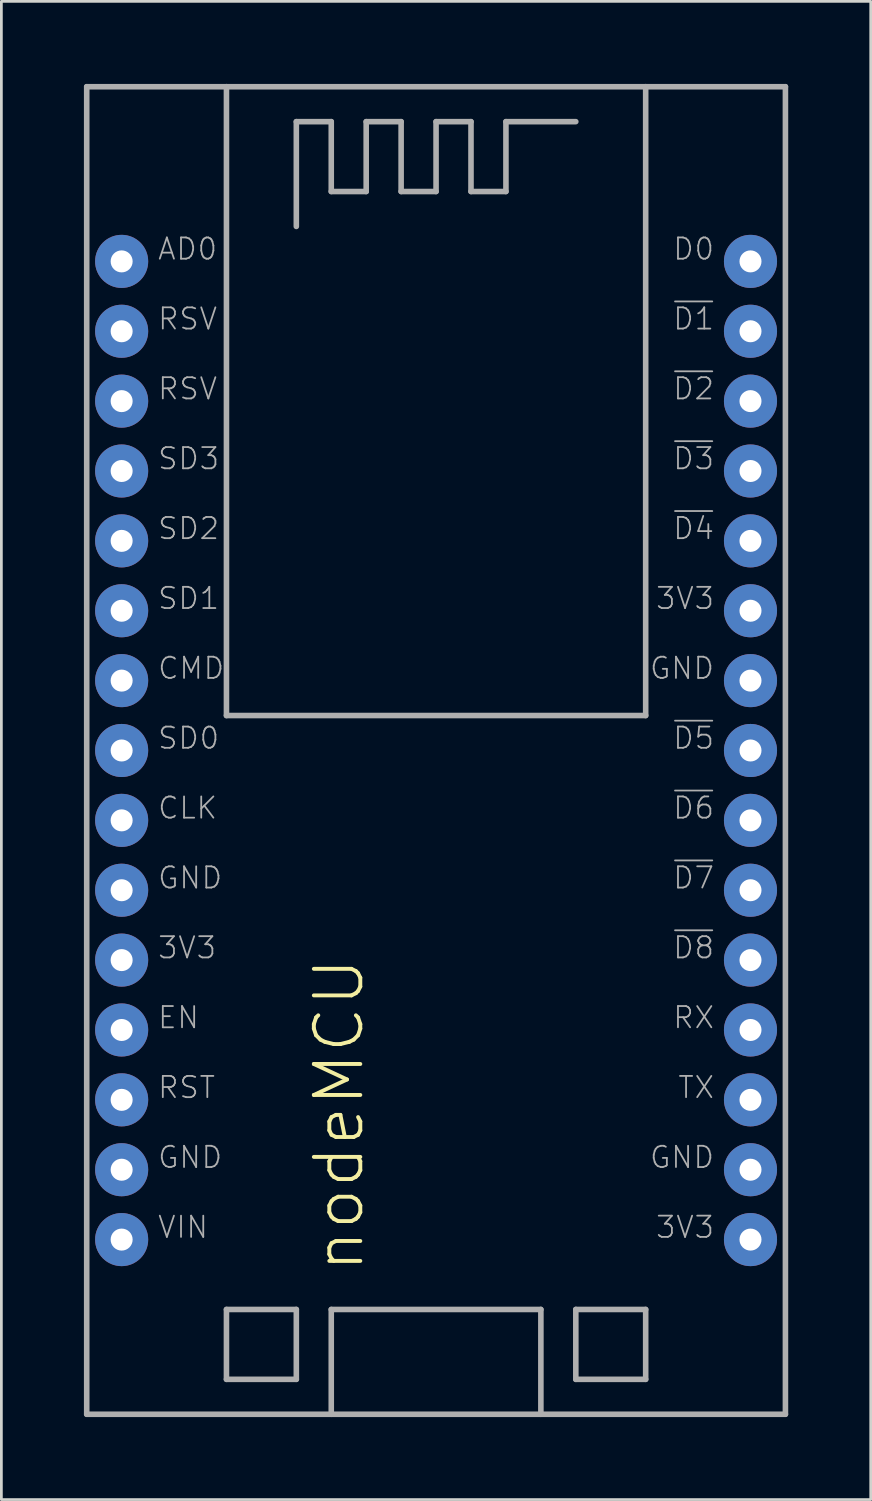
<source format=kicad_pcb>
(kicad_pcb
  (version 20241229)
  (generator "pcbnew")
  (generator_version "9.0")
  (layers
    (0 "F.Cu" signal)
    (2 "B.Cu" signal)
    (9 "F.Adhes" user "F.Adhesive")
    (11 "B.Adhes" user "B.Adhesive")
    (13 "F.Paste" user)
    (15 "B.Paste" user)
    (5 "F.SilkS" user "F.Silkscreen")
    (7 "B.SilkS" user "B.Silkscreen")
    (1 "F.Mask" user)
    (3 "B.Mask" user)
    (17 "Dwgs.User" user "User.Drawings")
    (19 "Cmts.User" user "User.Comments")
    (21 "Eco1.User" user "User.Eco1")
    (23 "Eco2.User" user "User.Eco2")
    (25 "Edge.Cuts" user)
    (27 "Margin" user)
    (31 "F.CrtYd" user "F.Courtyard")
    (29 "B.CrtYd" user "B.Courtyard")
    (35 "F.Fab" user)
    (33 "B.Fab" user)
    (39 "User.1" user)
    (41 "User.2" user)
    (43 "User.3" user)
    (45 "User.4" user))
  (footprint "nodeMCU"
    (layer "F.Cu")
    (at 12.802 24.232)
    (property "Reference" "nodeMCU" (at -2.54 19.05 90) (layer "F.SilkS") (effects (font (size 1.689 1.689) (thickness 0.142)) (justify left bottom)))
    (attr through_hole)
    (fp_line (start -12.7 -24.13) (end -7.62 -24.13) (stroke (width 0.203) (type solid)) (layer "F.Fab"))
    (fp_line (start -12.7 24.13) (end -12.7 -24.13) (stroke (width 0.203) (type solid)) (layer "F.Fab"))
    (fp_line (start -12.7 24.13) (end -3.81 24.13) (stroke (width 0.203) (type solid)) (layer "F.Fab"))
    (fp_line (start -7.62 -24.13) (end -7.62 -1.27) (stroke (width 0.203) (type solid)) (layer "F.Fab"))
    (fp_line (start -7.62 -24.13) (end 7.62 -24.13) (stroke (width 0.203) (type solid)) (layer "F.Fab"))
    (fp_line (start -7.62 -1.27) (end 7.62 -1.27) (stroke (width 0.203) (type solid)) (layer "F.Fab"))
    (fp_line (start -7.62 20.32) (end -5.08 20.32) (stroke (width 0.203) (type solid)) (layer "F.Fab"))
    (fp_line (start -7.62 22.86) (end -7.62 20.32) (stroke (width 0.203) (type solid)) (layer "F.Fab"))
    (fp_line (start -5.08 -22.86) (end -3.81 -22.86) (stroke (width 0.203) (type solid)) (layer "F.Fab"))
    (fp_line (start -5.08 -19.05) (end -5.08 -22.86) (stroke (width 0.203) (type solid)) (layer "F.Fab"))
    (fp_line (start -5.08 20.32) (end -5.08 22.86) (stroke (width 0.203) (type solid)) (layer "F.Fab"))
    (fp_line (start -5.08 22.86) (end -7.62 22.86) (stroke (width 0.203) (type solid)) (layer "F.Fab"))
    (fp_line (start -3.81 -22.86) (end -3.81 -20.32) (stroke (width 0.203) (type solid)) (layer "F.Fab"))
    (fp_line (start -3.81 -20.32) (end -2.54 -20.32) (stroke (width 0.203) (type solid)) (layer "F.Fab"))
    (fp_line (start -3.81 20.32) (end 3.81 20.32) (stroke (width 0.203) (type solid)) (layer "F.Fab"))
    (fp_line (start -3.81 24.13) (end -3.81 20.32) (stroke (width 0.203) (type solid)) (layer "F.Fab"))
    (fp_line (start -3.81 24.13) (end 3.81 24.13) (stroke (width 0.203) (type solid)) (layer "F.Fab"))
    (fp_line (start -2.54 -22.86) (end -1.27 -22.86) (stroke (width 0.203) (type solid)) (layer "F.Fab"))
    (fp_line (start -2.54 -20.32) (end -2.54 -22.86) (stroke (width 0.203) (type solid)) (layer "F.Fab"))
    (fp_line (start -1.27 -22.86) (end -1.27 -20.32) (stroke (width 0.203) (type solid)) (layer "F.Fab"))
    (fp_line (start -1.27 -20.32) (end 0 -20.32) (stroke (width 0.203) (type solid)) (layer "F.Fab"))
    (fp_line (start 0 -22.86) (end 1.27 -22.86) (stroke (width 0.203) (type solid)) (layer "F.Fab"))
    (fp_line (start 0 -20.32) (end 0 -22.86) (stroke (width 0.203) (type solid)) (layer "F.Fab"))
    (fp_line (start 1.27 -22.86) (end 1.27 -20.32) (stroke (width 0.203) (type solid)) (layer "F.Fab"))
    (fp_line (start 1.27 -20.32) (end 2.54 -20.32) (stroke (width 0.203) (type solid)) (layer "F.Fab"))
    (fp_line (start 2.54 -22.86) (end 5.08 -22.86) (stroke (width 0.203) (type solid)) (layer "F.Fab"))
    (fp_line (start 2.54 -20.32) (end 2.54 -22.86) (stroke (width 0.203) (type solid)) (layer "F.Fab"))
    (fp_line (start 3.81 20.32) (end 3.81 24.13) (stroke (width 0.203) (type solid)) (layer "F.Fab"))
    (fp_line (start 3.81 24.13) (end 12.7 24.13) (stroke (width 0.203) (type solid)) (layer "F.Fab"))
    (fp_line (start 5.08 20.32) (end 5.08 22.86) (stroke (width 0.203) (type solid)) (layer "F.Fab"))
    (fp_line (start 5.08 22.86) (end 7.62 22.86) (stroke (width 0.203) (type solid)) (layer "F.Fab"))
    (fp_line (start 7.62 -24.13) (end 12.7 -24.13) (stroke (width 0.203) (type solid)) (layer "F.Fab"))
    (fp_line (start 7.62 -1.27) (end 7.62 -24.13) (stroke (width 0.203) (type solid)) (layer "F.Fab"))
    (fp_line (start 7.62 20.32) (end 5.08 20.32) (stroke (width 0.203) (type solid)) (layer "F.Fab"))
    (fp_line (start 7.62 22.86) (end 7.62 20.32) (stroke (width 0.203) (type solid)) (layer "F.Fab"))
    (fp_line (start 12.7 -24.13) (end 12.7 24.13) (stroke (width 0.203) (type solid)) (layer "F.Fab"))
    (fp_text user "GND" (at -10.16 15.24 0) (layer "F.Fab") (effects (font (size 0.772 0.772) (thickness 0.065)) (justify left bottom)))
    (fp_text user "VIN" (at -10.16 17.78 0) (layer "F.Fab") (effects (font (size 0.772 0.772) (thickness 0.065)) (justify left bottom)))
    (fp_text user "EN" (at -10.16 10.16 0) (layer "F.Fab") (effects (font (size 0.772 0.772) (thickness 0.065)) (justify left bottom)))
    (fp_text user "3V3" (at 10.16 -5.08 0) (layer "F.Fab") (effects (font (size 0.772 0.772) (thickness 0.065)) (justify right bottom)))
    (fp_text user "~{D7}" (at 10.16 5.08 0) (layer "F.Fab") (effects (font (size 0.772 0.772) (thickness 0.065)) (justify right bottom)))
    (fp_text user "RSV" (at -10.16 -15.24 0) (layer "F.Fab") (effects (font (size 0.772 0.772) (thickness 0.065)) (justify left bottom)))
    (fp_text user "SD0" (at -10.16 0 0) (layer "F.Fab") (effects (font (size 0.772 0.772) (thickness 0.065)) (justify left bottom)))
    (fp_text user "3V3" (at 10.16 17.78 0) (layer "F.Fab") (effects (font (size 0.772 0.772) (thickness 0.065)) (justify right bottom)))
    (fp_text user "~{D8}" (at 10.16 7.62 0) (layer "F.Fab") (effects (font (size 0.772 0.772) (thickness 0.065)) (justify right bottom)))
    (fp_text user "SD2" (at -10.16 -7.62 0) (layer "F.Fab") (effects (font (size 0.772 0.772) (thickness 0.065)) (justify left bottom)))
    (fp_text user "SD3" (at -10.16 -10.16 0) (layer "F.Fab") (effects (font (size 0.772 0.772) (thickness 0.065)) (justify left bottom)))
    (fp_text user "RST" (at -10.16 12.7 0) (layer "F.Fab") (effects (font (size 0.772 0.772) (thickness 0.065)) (justify left bottom)))
    (fp_text user "RSV" (at -10.16 -12.7 0) (layer "F.Fab") (effects (font (size 0.772 0.772) (thickness 0.065)) (justify left bottom)))
    (fp_text user "TX" (at 10.16 12.7 0) (layer "F.Fab") (effects (font (size 0.772 0.772) (thickness 0.065)) (justify right bottom)))
    (fp_text user "GND" (at -10.16 5.08 0) (layer "F.Fab") (effects (font (size 0.772 0.772) (thickness 0.065)) (justify left bottom)))
    (fp_text user "~{D2}" (at 10.16 -12.7 0) (layer "F.Fab") (effects (font (size 0.772 0.772) (thickness 0.065)) (justify right bottom)))
    (fp_text user "GND" (at 10.16 -2.54 0) (layer "F.Fab") (effects (font (size 0.772 0.772) (thickness 0.065)) (justify right bottom)))
    (fp_text user "SD1" (at -10.16 -5.08 0) (layer "F.Fab") (effects (font (size 0.772 0.772) (thickness 0.065)) (justify left bottom)))
    (fp_text user "~{D1}" (at 10.16 -15.24 0) (layer "F.Fab") (effects (font (size 0.772 0.772) (thickness 0.065)) (justify right bottom)))
    (fp_text user "D0" (at 10.16 -17.78 0) (layer "F.Fab") (effects (font (size 0.772 0.772) (thickness 0.065)) (justify right bottom)))
    (fp_text user "GND" (at 10.16 15.24 0) (layer "F.Fab") (effects (font (size 0.772 0.772) (thickness 0.065)) (justify right bottom)))
    (fp_text user "~{D4}" (at 10.16 -7.62 0) (layer "F.Fab") (effects (font (size 0.772 0.772) (thickness 0.065)) (justify right bottom)))
    (fp_text user "RX" (at 10.16 10.16 0) (layer "F.Fab") (effects (font (size 0.772 0.772) (thickness 0.065)) (justify right bottom)))
    (fp_text user "~{D3}" (at 10.16 -10.16 0) (layer "F.Fab") (effects (font (size 0.772 0.772) (thickness 0.065)) (justify right bottom)))
    (fp_text user "CLK" (at -10.16 2.54 0) (layer "F.Fab") (effects (font (size 0.772 0.772) (thickness 0.065)) (justify left bottom)))
    (fp_text user "~{D6}" (at 10.16 2.54 0) (layer "F.Fab") (effects (font (size 0.772 0.772) (thickness 0.065)) (justify right bottom)))
    (fp_text user "3V3" (at -10.16 7.62 0) (layer "F.Fab") (effects (font (size 0.772 0.772) (thickness 0.065)) (justify left bottom)))
    (fp_text user "AD0" (at -10.16 -17.78 0) (layer "F.Fab") (effects (font (size 0.772 0.772) (thickness 0.065)) (justify left bottom)))
    (fp_text user "~{D5}" (at 10.16 0 0) (layer "F.Fab") (effects (font (size 0.772 0.772) (thickness 0.065)) (justify right bottom)))
    (fp_text user "CMD" (at -10.16 -2.54 0) (layer "F.Fab") (effects (font (size 0.772 0.772) (thickness 0.065)) (justify left bottom)))
    (pad "3V3@0" thru_hole circle (at -11.43 7.62) (size 1.93 1.93) (drill 0.8) (layers "*.Cu" "*.Mask"))
    (pad "3V3@1" thru_hole circle (at 11.43 -5.08) (size 1.93 1.93) (drill 0.8) (layers "*.Cu" "*.Mask"))
    (pad "3V3@2" thru_hole circle (at 11.43 17.78) (size 1.93 1.93) (drill 0.8) (layers "*.Cu" "*.Mask"))
    (pad "AD0" thru_hole circle (at -11.43 -17.78) (size 1.93 1.93) (drill 0.8) (layers "*.Cu" "*.Mask"))
    (pad "CLK" thru_hole circle (at -11.43 2.54) (size 1.93 1.93) (drill 0.8) (layers "*.Cu" "*.Mask"))
    (pad "CMD" thru_hole circle (at -11.43 -2.54) (size 1.93 1.93) (drill 0.8) (layers "*.Cu" "*.Mask"))
    (pad "D0" thru_hole circle (at 11.43 -17.78) (size 1.93 1.93) (drill 0.8) (layers "*.Cu" "*.Mask"))
    (pad "D1" thru_hole circle (at 11.43 -15.24) (size 1.93 1.93) (drill 0.8) (layers "*.Cu" "*.Mask"))
    (pad "D2" thru_hole circle (at 11.43 -12.7) (size 1.93 1.93) (drill 0.8) (layers "*.Cu" "*.Mask"))
    (pad "D3" thru_hole circle (at 11.43 -10.16) (size 1.93 1.93) (drill 0.8) (layers "*.Cu" "*.Mask"))
    (pad "D4" thru_hole circle (at 11.43 -7.62) (size 1.93 1.93) (drill 0.8) (layers "*.Cu" "*.Mask"))
    (pad "D5" thru_hole circle (at 11.43 0) (size 1.93 1.93) (drill 0.8) (layers "*.Cu" "*.Mask"))
    (pad "D6" thru_hole circle (at 11.43 2.54) (size 1.93 1.93) (drill 0.8) (layers "*.Cu" "*.Mask"))
    (pad "D7" thru_hole circle (at 11.43 5.08) (size 1.93 1.93) (drill 0.8) (layers "*.Cu" "*.Mask"))
    (pad "D8" thru_hole circle (at 11.43 7.62) (size 1.93 1.93) (drill 0.8) (layers "*.Cu" "*.Mask"))
    (pad "EN" thru_hole circle (at -11.43 10.16) (size 1.93 1.93) (drill 0.8) (layers "*.Cu" "*.Mask"))
    (pad "GND@0" thru_hole circle (at -11.43 5.08) (size 1.93 1.93) (drill 0.8) (layers "*.Cu" "*.Mask"))
    (pad "GND@1" thru_hole circle (at -11.43 15.24) (size 1.93 1.93) (drill 0.8) (layers "*.Cu" "*.Mask"))
    (pad "GND@2" thru_hole circle (at 11.43 -2.54) (size 1.93 1.93) (drill 0.8) (layers "*.Cu" "*.Mask"))
    (pad "GND@3" thru_hole circle (at 11.43 15.24) (size 1.93 1.93) (drill 0.8) (layers "*.Cu" "*.Mask"))
    (pad "RST" thru_hole circle (at -11.43 12.7) (size 1.93 1.93) (drill 0.8) (layers "*.Cu" "*.Mask"))
    (pad "RSV@0" thru_hole circle (at -11.43 -15.24) (size 1.93 1.93) (drill 0.8) (layers "*.Cu" "*.Mask"))
    (pad "RSV@1" thru_hole circle (at -11.43 -12.7) (size 1.93 1.93) (drill 0.8) (layers "*.Cu" "*.Mask"))
    (pad "RX" thru_hole circle (at 11.43 10.16) (size 1.93 1.93) (drill 0.8) (layers "*.Cu" "*.Mask"))
    (pad "SD0" thru_hole circle (at -11.43 0) (size 1.93 1.93) (drill 0.8) (layers "*.Cu" "*.Mask"))
    (pad "SD1" thru_hole circle (at -11.43 -5.08) (size 1.93 1.93) (drill 0.8) (layers "*.Cu" "*.Mask"))
    (pad "SD2" thru_hole circle (at -11.43 -7.62) (size 1.93 1.93) (drill 0.8) (layers "*.Cu" "*.Mask"))
    (pad "SD3" thru_hole circle (at -11.43 -10.16) (size 1.93 1.93) (drill 0.8) (layers "*.Cu" "*.Mask"))
    (pad "TX" thru_hole circle (at 11.43 12.7) (size 1.93 1.93) (drill 0.8) (layers "*.Cu" "*.Mask"))
    (pad "VIN" thru_hole circle (at -11.43 17.78) (size 1.93 1.93) (drill 0.8) (layers "*.Cu" "*.Mask")))
  (gr_rect
    (start -3 -3)
    (end 28.603 51.463)
    (stroke (width 0.1) (type default))
    (fill no)
    (layer "Edge.Cuts")))
</source>
